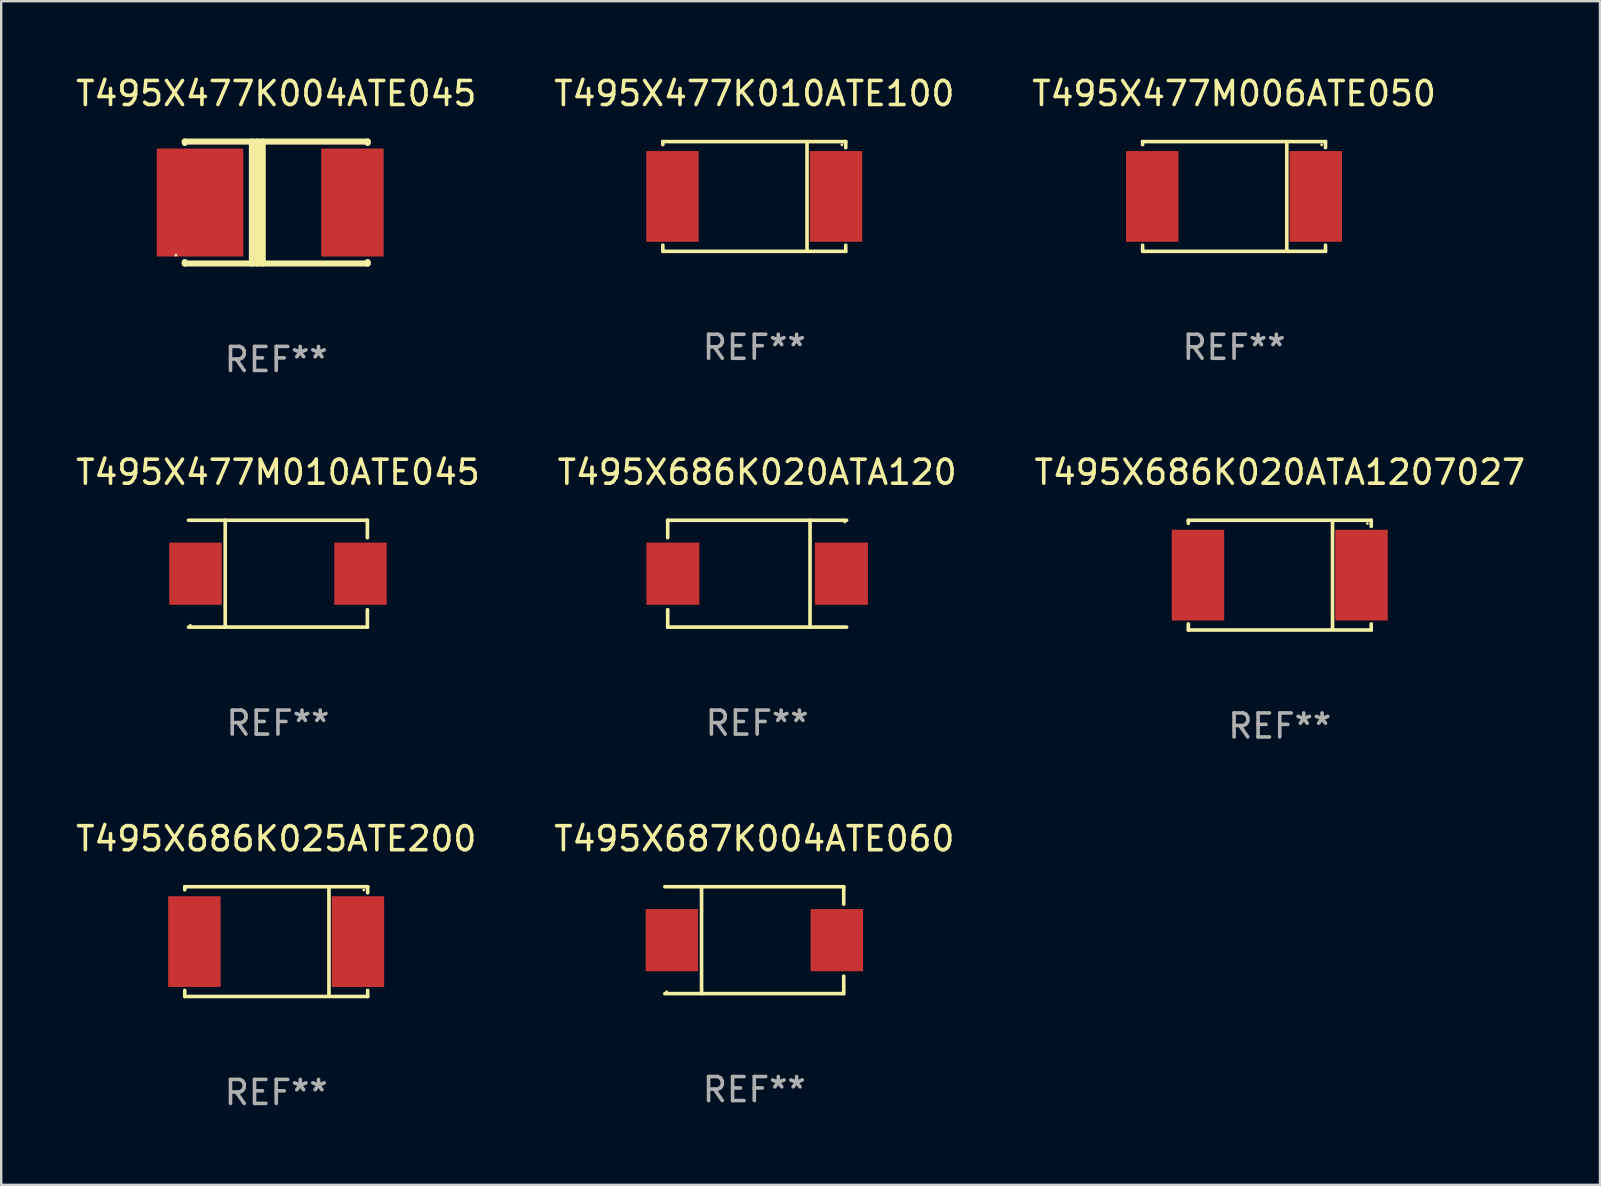
<source format=kicad_pcb>
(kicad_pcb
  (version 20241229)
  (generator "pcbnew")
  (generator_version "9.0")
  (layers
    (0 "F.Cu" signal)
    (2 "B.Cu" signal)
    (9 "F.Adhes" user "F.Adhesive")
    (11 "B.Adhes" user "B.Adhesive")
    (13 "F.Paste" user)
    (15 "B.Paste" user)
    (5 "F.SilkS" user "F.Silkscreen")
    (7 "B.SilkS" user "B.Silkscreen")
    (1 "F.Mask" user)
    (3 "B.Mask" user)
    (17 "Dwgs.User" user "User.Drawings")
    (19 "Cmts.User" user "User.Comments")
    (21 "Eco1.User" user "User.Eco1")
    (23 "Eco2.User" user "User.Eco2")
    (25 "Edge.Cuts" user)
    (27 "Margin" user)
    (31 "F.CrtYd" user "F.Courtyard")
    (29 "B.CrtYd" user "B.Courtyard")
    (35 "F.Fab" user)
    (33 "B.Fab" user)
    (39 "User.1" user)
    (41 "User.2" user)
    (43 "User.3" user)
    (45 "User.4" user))
  (footprint "T495X686K020ATA120"
    (layer "F.Cu")
    (at 28.494 20.851)
    (property "Reference" "T495X686K020ATA120" (at 0 -4.226 0) (layer "F.SilkS") (effects (font (size 1 1) (thickness 0.15))))
    (attr through_hole)
    (fp_line (start -3.726 -2.226) (end -3.726 -1.499) (stroke (width 0.152) (type solid)) (layer "F.SilkS"))
    (fp_line (start -3.726 -2.226) (end 3.726 -2.226) (stroke (width 0.152) (type solid)) (layer "F.SilkS"))
    (fp_line (start -3.726 2.226) (end -3.726 1.499) (stroke (width 0.152) (type solid)) (layer "F.SilkS"))
    (fp_line (start -3.726 2.226) (end 3.726 2.226) (stroke (width 0.152) (type solid)) (layer "F.SilkS"))
    (fp_line (start 2.204 -2.226) (end 2.204 2.226) (stroke (width 0.152) (type solid)) (layer "F.SilkS"))
    (fp_circle (center 3.65 -2.15) (end 3.68 -2.15) (stroke (width 0.06) (type solid)) (fill no) (layer "F.SilkS"))
    (fp_text user "REF**" (at 0 6.226 0) (layer "F.Fab") (effects (font (size 1 1) (thickness 0.15))))
    (pad "1" smd rect (at 3.511 0) (size 2.207 2.592) (layers "F.Cu" "F.Mask" "F.Paste"))
    (pad "2" smd rect (at -3.511 0) (size 2.207 2.592) (layers "F.Cu" "F.Mask" "F.Paste")))
  (footprint "T495X477K010ATE100"
    (layer "F.Cu")
    (at 28.375 5.134)
    (property "Reference" "T495X477K010ATE100" (at 0 -4.286 0) (layer "F.SilkS") (effects (font (size 1 1) (thickness 0.15))))
    (attr through_hole)
    (fp_line (start -3.81 -2.286) (end -3.81 -2.159) (stroke (width 0.15) (type solid)) (layer "F.SilkS"))
    (fp_line (start -3.81 2.032) (end -3.81 2.286) (stroke (width 0.15) (type solid)) (layer "F.SilkS"))
    (fp_line (start -3.81 2.286) (end 3.81 2.286) (stroke (width 0.15) (type solid)) (layer "F.SilkS"))
    (fp_line (start 2.197 -2.226) (end 2.197 2.226) (stroke (width 0.152) (type solid)) (layer "F.SilkS"))
    (fp_line (start 3.81 -2.286) (end -3.81 -2.286) (stroke (width 0.15) (type solid)) (layer "F.SilkS"))
    (fp_line (start 3.81 -2.032) (end 3.81 -2.286) (stroke (width 0.15) (type solid)) (layer "F.SilkS"))
    (fp_line (start 3.81 2.286) (end 3.81 2.032) (stroke (width 0.15) (type solid)) (layer "F.SilkS"))
    (fp_circle (center 3.65 -2.15) (end 3.68 -2.15) (stroke (width 0.06) (type solid)) (fill no) (layer "F.SilkS"))
    (fp_text user "REF**" (at 0 6.286 0) (layer "F.Fab") (effects (font (size 1 1) (thickness 0.15))))
    (pad "1" smd rect (at 3.404 0 180) (size 2.185 3.78) (layers "F.Cu" "F.Mask" "F.Paste"))
    (pad "2" smd rect (at -3.409 0 180) (size 2.185 3.78) (layers "F.Cu" "F.Mask" "F.Paste")))
  (footprint "T495X477K004ATE045"
    (layer "F.Cu")
    (at 8.458 5.388)
    (property "Reference" "T495X477K004ATE045" (at 0 -4.54 0) (layer "F.SilkS") (effects (font (size 1 1) (thickness 0.15))))
    (attr through_hole)
    (fp_line (start -3.81 -2.54) (end -3.81 -2.481) (stroke (width 0.254) (type solid)) (layer "F.SilkS"))
    (fp_line (start -3.81 -2.54) (end 3.81 -2.54) (stroke (width 0.254) (type solid)) (layer "F.SilkS"))
    (fp_line (start -3.81 2.481) (end -3.81 2.54) (stroke (width 0.254) (type solid)) (layer "F.SilkS"))
    (fp_line (start -3.81 2.54) (end 3.81 2.54) (stroke (width 0.254) (type solid)) (layer "F.SilkS"))
    (fp_line (start -1.014 -2.54) (end -1.014 2.54) (stroke (width 0.254) (type solid)) (layer "F.SilkS"))
    (fp_line (start -0.774 -2.54) (end -0.774 2.54) (stroke (width 0.254) (type solid)) (layer "F.SilkS"))
    (fp_line (start -0.563 -2.54) (end -0.563 2.54) (stroke (width 0.254) (type solid)) (layer "F.SilkS"))
    (fp_line (start 3.81 -2.481) (end 3.81 -2.54) (stroke (width 0.254) (type solid)) (layer "F.SilkS"))
    (fp_line (start 3.81 2.54) (end 3.81 2.481) (stroke (width 0.254) (type solid)) (layer "F.SilkS"))
    (fp_circle (center -4.179 2.194) (end -4.149 2.194) (stroke (width 0.06) (type solid)) (fill no) (layer "F.SilkS"))
    (fp_text user "REF**" (at 0 6.54 0) (layer "F.Fab") (effects (font (size 1 1) (thickness 0.15))))
    (pad "1" smd rect (at -3.175 0.000076) (size 3.6 4.5) (layers "F.Cu" "F.Mask" "F.Paste"))
    (pad "2" smd rect (at 3.175 0.000076) (size 2.6 4.5) (layers "F.Cu" "F.Mask" "F.Paste")))
  (footprint "T495X686K020ATA1207027"
    (layer "F.Cu")
    (at 50.268 20.911)
    (property "Reference" "T495X686K020ATA1207027" (at 0 -4.286 0) (layer "F.SilkS") (effects (font (size 1 1) (thickness 0.15))))
    (attr through_hole)
    (fp_line (start -3.81 -2.286) (end -3.81 -2.159) (stroke (width 0.15) (type solid)) (layer "F.SilkS"))
    (fp_line (start -3.81 2.032) (end -3.81 2.286) (stroke (width 0.15) (type solid)) (layer "F.SilkS"))
    (fp_line (start -3.81 2.286) (end 3.81 2.286) (stroke (width 0.15) (type solid)) (layer "F.SilkS"))
    (fp_line (start 2.197 -2.226) (end 2.197 2.226) (stroke (width 0.152) (type solid)) (layer "F.SilkS"))
    (fp_line (start 3.81 -2.286) (end -3.81 -2.286) (stroke (width 0.15) (type solid)) (layer "F.SilkS"))
    (fp_line (start 3.81 -2.032) (end 3.81 -2.286) (stroke (width 0.15) (type solid)) (layer "F.SilkS"))
    (fp_line (start 3.81 2.286) (end 3.81 2.032) (stroke (width 0.15) (type solid)) (layer "F.SilkS"))
    (fp_circle (center 3.65 -2.15) (end 3.68 -2.15) (stroke (width 0.06) (type solid)) (fill no) (layer "F.SilkS"))
    (fp_text user "REF**" (at 0 6.286 0) (layer "F.Fab") (effects (font (size 1 1) (thickness 0.15))))
    (pad "1" smd rect (at 3.404 0 180) (size 2.185 3.78) (layers "F.Cu" "F.Mask" "F.Paste"))
    (pad "2" smd rect (at -3.409 0 180) (size 2.185 3.78) (layers "F.Cu" "F.Mask" "F.Paste")))
  (footprint "T495X686K025ATE200"
    (layer "F.Cu")
    (at 8.458 36.179)
    (property "Reference" "T495X686K025ATE200" (at 0 -4.286 0) (layer "F.SilkS") (effects (font (size 1 1) (thickness 0.15))))
    (attr through_hole)
    (fp_line (start -3.81 -2.286) (end -3.81 -2.159) (stroke (width 0.15) (type solid)) (layer "F.SilkS"))
    (fp_line (start -3.81 2.032) (end -3.81 2.286) (stroke (width 0.15) (type solid)) (layer "F.SilkS"))
    (fp_line (start -3.81 2.286) (end 3.81 2.286) (stroke (width 0.15) (type solid)) (layer "F.SilkS"))
    (fp_line (start 2.197 -2.226) (end 2.197 2.226) (stroke (width 0.152) (type solid)) (layer "F.SilkS"))
    (fp_line (start 3.81 -2.286) (end -3.81 -2.286) (stroke (width 0.15) (type solid)) (layer "F.SilkS"))
    (fp_line (start 3.81 -2.032) (end 3.81 -2.286) (stroke (width 0.15) (type solid)) (layer "F.SilkS"))
    (fp_line (start 3.81 2.286) (end 3.81 2.032) (stroke (width 0.15) (type solid)) (layer "F.SilkS"))
    (fp_circle (center 3.65 -2.15) (end 3.68 -2.15) (stroke (width 0.06) (type solid)) (fill no) (layer "F.SilkS"))
    (fp_text user "REF**" (at 0 6.286 0) (layer "F.Fab") (effects (font (size 1 1) (thickness 0.15))))
    (pad "1" smd rect (at 3.404 0 180) (size 2.185 3.78) (layers "F.Cu" "F.Mask" "F.Paste"))
    (pad "2" smd rect (at -3.409 0 180) (size 2.185 3.78) (layers "F.Cu" "F.Mask" "F.Paste")))
  (footprint "T495X687K004ATE060"
    (layer "F.Cu")
    (at 28.375 36.119)
    (property "Reference" "T495X687K004ATE060" (at 0 -4.226 0) (layer "F.SilkS") (effects (font (size 1 1) (thickness 0.15))))
    (attr through_hole)
    (fp_line (start -3.726 -2.226) (end 3.726 -2.226) (stroke (width 0.152) (type solid)) (layer "F.SilkS"))
    (fp_line (start -3.726 2.226) (end 3.726 2.226) (stroke (width 0.152) (type solid)) (layer "F.SilkS"))
    (fp_line (start -2.197 -2.226) (end -2.197 2.226) (stroke (width 0.152) (type solid)) (layer "F.SilkS"))
    (fp_line (start 3.726 -2.226) (end 3.726 -1.499) (stroke (width 0.152) (type solid)) (layer "F.SilkS"))
    (fp_line (start 3.726 2.226) (end 3.726 1.499) (stroke (width 0.152) (type solid)) (layer "F.SilkS"))
    (fp_circle (center -3.65 2.15) (end -3.62 2.15) (stroke (width 0.06) (type solid)) (fill no) (layer "F.SilkS"))
    (fp_text user "REF**" (at 0 6.226 0) (layer "F.Fab") (effects (font (size 1 1) (thickness 0.15))))
    (pad "1" smd rect (at -3.434 0 180) (size 2.185 2.592) (layers "F.Cu" "F.Mask" "F.Paste"))
    (pad "2" smd rect (at 3.439 0 180) (size 2.185 2.592) (layers "F.Cu" "F.Mask" "F.Paste")))
  (footprint "T495X477M006ATE050"
    (layer "F.Cu")
    (at 48.363 5.134)
    (property "Reference" "T495X477M006ATE050" (at 0 -4.286 0) (layer "F.SilkS") (effects (font (size 1 1) (thickness 0.15))))
    (attr through_hole)
    (fp_line (start -3.81 -2.286) (end -3.81 -2.159) (stroke (width 0.15) (type solid)) (layer "F.SilkS"))
    (fp_line (start -3.81 2.032) (end -3.81 2.286) (stroke (width 0.15) (type solid)) (layer "F.SilkS"))
    (fp_line (start -3.81 2.286) (end 3.81 2.286) (stroke (width 0.15) (type solid)) (layer "F.SilkS"))
    (fp_line (start 2.197 -2.226) (end 2.197 2.226) (stroke (width 0.152) (type solid)) (layer "F.SilkS"))
    (fp_line (start 3.81 -2.286) (end -3.81 -2.286) (stroke (width 0.15) (type solid)) (layer "F.SilkS"))
    (fp_line (start 3.81 -2.032) (end 3.81 -2.286) (stroke (width 0.15) (type solid)) (layer "F.SilkS"))
    (fp_line (start 3.81 2.286) (end 3.81 2.032) (stroke (width 0.15) (type solid)) (layer "F.SilkS"))
    (fp_circle (center 3.65 -2.15) (end 3.68 -2.15) (stroke (width 0.06) (type solid)) (fill no) (layer "F.SilkS"))
    (fp_text user "REF**" (at 0 6.286 0) (layer "F.Fab") (effects (font (size 1 1) (thickness 0.15))))
    (pad "1" smd rect (at 3.404 0 180) (size 2.185 3.78) (layers "F.Cu" "F.Mask" "F.Paste"))
    (pad "2" smd rect (at -3.409 0 180) (size 2.185 3.78) (layers "F.Cu" "F.Mask" "F.Paste")))
  (footprint "T495X477M010ATE045"
    (layer "F.Cu")
    (at 8.53 20.851)
    (property "Reference" "T495X477M010ATE045" (at 0 -4.226 0) (layer "F.SilkS") (effects (font (size 1 1) (thickness 0.15))))
    (attr through_hole)
    (fp_line (start -3.726 -2.226) (end 3.726 -2.226) (stroke (width 0.152) (type solid)) (layer "F.SilkS"))
    (fp_line (start -3.726 2.226) (end 3.726 2.226) (stroke (width 0.152) (type solid)) (layer "F.SilkS"))
    (fp_line (start -2.197 -2.226) (end -2.197 2.226) (stroke (width 0.152) (type solid)) (layer "F.SilkS"))
    (fp_line (start 3.726 -2.226) (end 3.726 -1.499) (stroke (width 0.152) (type solid)) (layer "F.SilkS"))
    (fp_line (start 3.726 2.226) (end 3.726 1.499) (stroke (width 0.152) (type solid)) (layer "F.SilkS"))
    (fp_circle (center -3.65 2.15) (end -3.62 2.15) (stroke (width 0.06) (type solid)) (fill no) (layer "F.SilkS"))
    (fp_text user "REF**" (at 0 6.226 0) (layer "F.Fab") (effects (font (size 1 1) (thickness 0.15))))
    (pad "1" smd rect (at -3.434 0 180) (size 2.185 2.592) (layers "F.Cu" "F.Mask" "F.Paste"))
    (pad "2" smd rect (at 3.439 0 180) (size 2.185 2.592) (layers "F.Cu" "F.Mask" "F.Paste")))
  (gr_rect
    (start -3 -3)
    (end 63.607 46.314)
    (stroke (width 0.1) (type default))
    (fill no)
    (layer "Edge.Cuts")))
</source>
